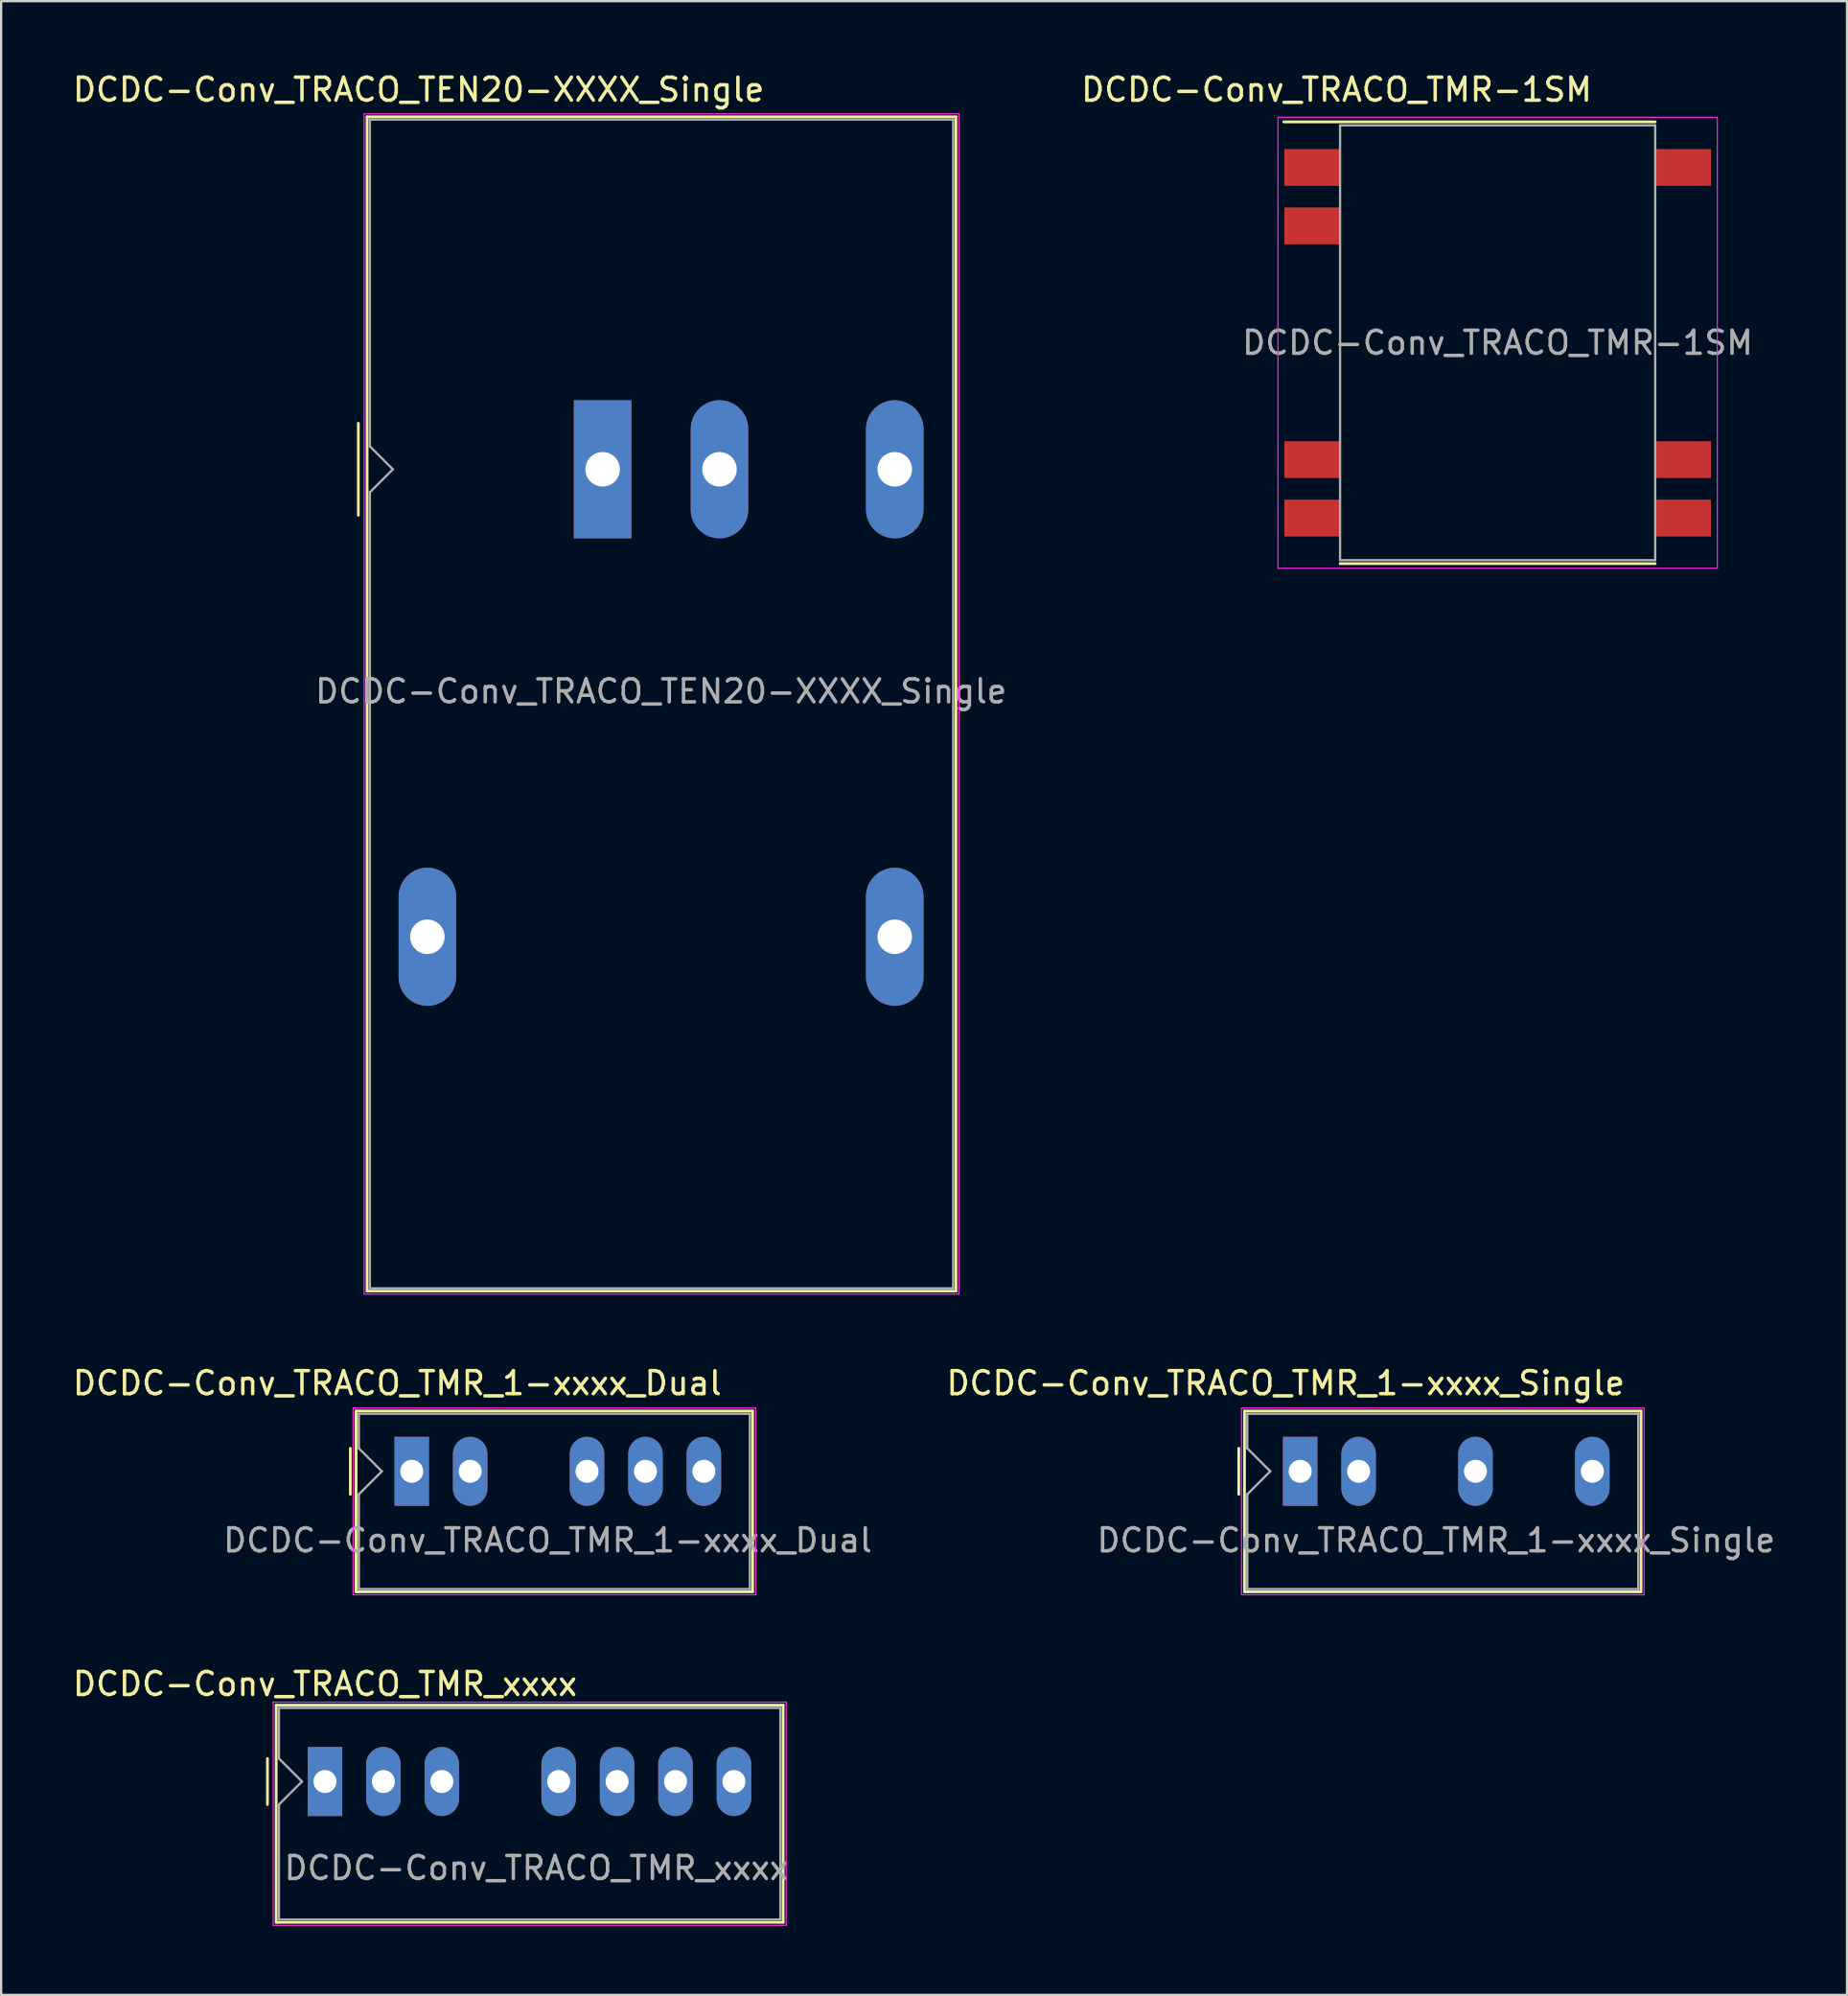
<source format=kicad_pcb>
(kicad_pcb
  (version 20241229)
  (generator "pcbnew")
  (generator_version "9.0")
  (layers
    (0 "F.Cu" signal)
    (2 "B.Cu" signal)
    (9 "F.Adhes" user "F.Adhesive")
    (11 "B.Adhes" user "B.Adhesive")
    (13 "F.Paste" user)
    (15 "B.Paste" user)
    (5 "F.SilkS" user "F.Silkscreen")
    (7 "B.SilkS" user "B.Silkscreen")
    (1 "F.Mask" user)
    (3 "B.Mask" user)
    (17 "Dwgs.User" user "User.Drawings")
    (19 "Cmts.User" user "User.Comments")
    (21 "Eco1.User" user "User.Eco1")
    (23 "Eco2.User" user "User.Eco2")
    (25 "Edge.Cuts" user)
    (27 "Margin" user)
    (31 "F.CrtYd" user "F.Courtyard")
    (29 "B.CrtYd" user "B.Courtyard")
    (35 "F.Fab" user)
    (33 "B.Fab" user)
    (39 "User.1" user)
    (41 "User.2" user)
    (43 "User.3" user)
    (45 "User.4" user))
  (footprint "DCDC-Conv_TRACO_TEN20-XXXX_Single"
    (layer "F.Cu")
    (at 23.149 17.348)
    (property "Reference" "DCDC-Conv_TRACO_TEN20-XXXX_Single" (at -8 -16.5 180) (layer "F.SilkS") (effects (font (size 1 1) (thickness 0.15))))
    (attr through_hole)
    (fp_line (start -10.62 -2) (end -10.62 2) (stroke (width 0.12) (type solid)) (layer "F.SilkS"))
    (fp_line (start -10.24 -15.32) (end 15.36 -15.32) (stroke (width 0.12) (type solid)) (layer "F.SilkS"))
    (fp_line (start -10.24 35.72) (end -10.24 -15.32) (stroke (width 0.12) (type solid)) (layer "F.SilkS"))
    (fp_line (start 15.36 -15.32) (end 15.36 35.72) (stroke (width 0.12) (type solid)) (layer "F.SilkS"))
    (fp_line (start 15.36 35.72) (end -10.24 35.72) (stroke (width 0.12) (type solid)) (layer "F.SilkS"))
    (fp_line (start -10.37 -15.45) (end 15.49 -15.45) (stroke (width 0.05) (type solid)) (layer "F.CrtYd"))
    (fp_line (start -10.37 35.85) (end -10.37 -15.45) (stroke (width 0.05) (type solid)) (layer "F.CrtYd"))
    (fp_line (start -10.37 35.85) (end 15.49 35.85) (stroke (width 0.05) (type solid)) (layer "F.CrtYd"))
    (fp_line (start 15.49 35.85) (end 15.49 -15.45) (stroke (width 0.05) (type solid)) (layer "F.CrtYd"))
    (fp_line (start -10.12 -1) (end -10.12 -15.2) (stroke (width 0.1) (type solid)) (layer "F.Fab"))
    (fp_line (start -10.12 1) (end -10.12 35.6) (stroke (width 0.1) (type solid)) (layer "F.Fab"))
    (fp_line (start -10.12 1) (end -9.12 0) (stroke (width 0.1) (type solid)) (layer "F.Fab"))
    (fp_line (start -10.12 35.6) (end 15.24 35.6) (stroke (width 0.1) (type solid)) (layer "F.Fab"))
    (fp_line (start -9.12 0) (end -10.12 -1) (stroke (width 0.1) (type solid)) (layer "F.Fab"))
    (fp_line (start 15.24 -15.2) (end -10.12 -15.2) (stroke (width 0.1) (type solid)) (layer "F.Fab"))
    (fp_line (start 15.24 35.6) (end 15.24 -15.2) (stroke (width 0.1) (type solid)) (layer "F.Fab"))
    (fp_text user "${REFERENCE}" (at 2.54 9.652 0) (layer "F.Fab") (effects (font (size 1 1) (thickness 0.15))))
    (pad "1" thru_hole rect (at 0 0 90) (size 6 2.5) (drill 1.5) (layers "*.Cu" "*.Mask"))
    (pad "2" thru_hole oval (at 5.08 0 90) (size 6 2.5) (drill 1.5) (layers "*.Cu" "*.Mask"))
    (pad "3" thru_hole oval (at -7.62 20.32 90) (size 6 2.5) (drill 1.5) (layers "*.Cu" "*.Mask"))
    (pad "5" thru_hole oval (at 12.7 20.32 90) (size 6 2.5) (drill 1.5) (layers "*.Cu" "*.Mask"))
    (pad "6" thru_hole oval (at 12.7 0 90) (size 6 2.5) (drill 1.5) (layers "*.Cu" "*.Mask")))
  (footprint "DCDC-Conv_TRACO_TMR_1-xxxx_Dual"
    (layer "F.Cu")
    (at 14.85 60.901)
    (property "Reference" "DCDC-Conv_TRACO_TMR_1-xxxx_Dual" (at -0.63 -3.83 0) (layer "F.SilkS") (effects (font (size 1 1) (thickness 0.15))))
    (attr through_hole)
    (fp_line (start -2.67 -1) (end -2.67 1) (stroke (width 0.12) (type solid)) (layer "F.SilkS"))
    (fp_line (start -2.42 -2.62) (end 14.82 -2.62) (stroke (width 0.12) (type solid)) (layer "F.SilkS"))
    (fp_line (start -2.42 5.24) (end -2.42 -2.62) (stroke (width 0.12) (type solid)) (layer "F.SilkS"))
    (fp_line (start 14.82 -2.62) (end 14.82 5.24) (stroke (width 0.12) (type solid)) (layer "F.SilkS"))
    (fp_line (start 14.82 5.24) (end -2.42 5.24) (stroke (width 0.12) (type solid)) (layer "F.SilkS"))
    (fp_line (start -2.55 -2.75) (end -2.55 5.37) (stroke (width 0.05) (type solid)) (layer "F.CrtYd"))
    (fp_line (start -2.55 -2.75) (end 14.95 -2.75) (stroke (width 0.05) (type solid)) (layer "F.CrtYd"))
    (fp_line (start -2.55 5.37) (end 14.95 5.37) (stroke (width 0.05) (type solid)) (layer "F.CrtYd"))
    (fp_line (start 14.95 -2.75) (end 14.95 5.37) (stroke (width 0.05) (type solid)) (layer "F.CrtYd"))
    (fp_line (start -2.3 -1) (end -2.3 -2.5) (stroke (width 0.1) (type solid)) (layer "F.Fab"))
    (fp_line (start -2.3 -1) (end -1.3 0) (stroke (width 0.1) (type solid)) (layer "F.Fab"))
    (fp_line (start -2.3 1) (end -2.3 5.12) (stroke (width 0.1) (type solid)) (layer "F.Fab"))
    (fp_line (start -1.3 0) (end -2.3 1) (stroke (width 0.1) (type solid)) (layer "F.Fab"))
    (fp_line (start 14.7 -2.5) (end -2.3 -2.5) (stroke (width 0.1) (type solid)) (layer "F.Fab"))
    (fp_line (start 14.7 -2.5) (end 14.7 5.12) (stroke (width 0.1) (type solid)) (layer "F.Fab"))
    (fp_line (start 14.7 5.12) (end -2.3 5.12) (stroke (width 0.1) (type solid)) (layer "F.Fab"))
    (fp_text user "${REFERENCE}" (at 5.91 3 0) (layer "F.Fab") (effects (font (size 1 1) (thickness 0.15))))
    (pad "1" thru_hole rect (at 0 0) (size 1.5 3) (drill 1) (layers "*.Cu" "*.Mask"))
    (pad "2" thru_hole oval (at 2.54 0) (size 1.5 3) (drill 1) (layers "*.Cu" "*.Mask"))
    (pad "4" thru_hole oval (at 7.62 0) (size 1.5 3) (drill 1) (layers "*.Cu" "*.Mask"))
    (pad "5" thru_hole oval (at 10.16 0) (size 1.5 3) (drill 1) (layers "*.Cu" "*.Mask"))
    (pad "6" thru_hole oval (at 12.7 0) (size 1.5 3) (drill 1) (layers "*.Cu" "*.Mask")))
  (footprint "DCDC-Conv_TRACO_TMR_xxxx"
    (layer "F.Cu")
    (at 11.077 74.385)
    (property "Reference" "DCDC-Conv_TRACO_TMR_xxxx" (at 0 -4.24 0) (layer "F.SilkS") (effects (font (size 1 1) (thickness 0.15))))
    (attr through_hole)
    (fp_line (start -2.5 -1) (end -2.5 1) (stroke (width 0.12) (type solid)) (layer "F.SilkS"))
    (fp_line (start -2.12 -3.32) (end 19.92 -3.32) (stroke (width 0.12) (type solid)) (layer "F.SilkS"))
    (fp_line (start -2.12 6.12) (end -2.12 -3.32) (stroke (width 0.12) (type solid)) (layer "F.SilkS"))
    (fp_line (start 19.92 -3.32) (end 19.92 6.12) (stroke (width 0.12) (type solid)) (layer "F.SilkS"))
    (fp_line (start 19.92 6.12) (end -2.12 6.12) (stroke (width 0.12) (type solid)) (layer "F.SilkS"))
    (fp_line (start -2.25 -3.45) (end -2.25 6.25) (stroke (width 0.05) (type solid)) (layer "F.CrtYd"))
    (fp_line (start -2.25 -3.45) (end 20.05 -3.45) (stroke (width 0.05) (type solid)) (layer "F.CrtYd"))
    (fp_line (start -2.25 6.25) (end 20.05 6.25) (stroke (width 0.05) (type solid)) (layer "F.CrtYd"))
    (fp_line (start 20.05 -3.45) (end 20.05 6.25) (stroke (width 0.05) (type solid)) (layer "F.CrtYd"))
    (fp_line (start -2 -3.2) (end -2 -1) (stroke (width 0.1) (type solid)) (layer "F.Fab"))
    (fp_line (start -2 -1) (end -1 0) (stroke (width 0.1) (type solid)) (layer "F.Fab"))
    (fp_line (start -2 1) (end -2 6) (stroke (width 0.1) (type solid)) (layer "F.Fab"))
    (fp_line (start -2 1) (end -1 0) (stroke (width 0.1) (type solid)) (layer "F.Fab"))
    (fp_line (start 19.8 -3.2) (end -2 -3.2) (stroke (width 0.1) (type solid)) (layer "F.Fab"))
    (fp_line (start 19.8 -3.2) (end 19.8 6) (stroke (width 0.1) (type solid)) (layer "F.Fab"))
    (fp_line (start 19.8 6) (end -2 6) (stroke (width 0.1) (type solid)) (layer "F.Fab"))
    (fp_text user "${REFERENCE}" (at 9.19 3.76 0) (layer "F.Fab") (effects (font (size 1 1) (thickness 0.15))))
    (pad "1" thru_hole rect (at 0 0) (size 1.5 3) (drill 1) (layers "*.Cu" "*.Mask"))
    (pad "2" thru_hole oval (at 2.54 0) (size 1.5 3) (drill 1) (layers "*.Cu" "*.Mask"))
    (pad "3" thru_hole oval (at 5.08 0) (size 1.5 3) (drill 1) (layers "*.Cu" "*.Mask"))
    (pad "5" thru_hole oval (at 10.16 0) (size 1.5 3) (drill 1) (layers "*.Cu" "*.Mask"))
    (pad "6" thru_hole oval (at 12.7 0) (size 1.5 3) (drill 1) (layers "*.Cu" "*.Mask"))
    (pad "7" thru_hole oval (at 15.24 0) (size 1.5 3) (drill 1) (layers "*.Cu" "*.Mask"))
    (pad "8" thru_hole oval (at 17.78 0) (size 1.5 3) (drill 1) (layers "*.Cu" "*.Mask")))
  (footprint "DCDC-Conv_TRACO_TMR_1-xxxx_Single"
    (layer "F.Cu")
    (at 53.474 60.901)
    (property "Reference" "DCDC-Conv_TRACO_TMR_1-xxxx_Single" (at -0.63 -3.83 0) (layer "F.SilkS") (effects (font (size 1 1) (thickness 0.15))))
    (attr through_hole)
    (fp_line (start -2.67 -1) (end -2.67 1) (stroke (width 0.12) (type solid)) (layer "F.SilkS"))
    (fp_line (start -2.42 -2.62) (end 14.82 -2.62) (stroke (width 0.12) (type solid)) (layer "F.SilkS"))
    (fp_line (start -2.42 5.24) (end -2.42 -2.62) (stroke (width 0.12) (type solid)) (layer "F.SilkS"))
    (fp_line (start 14.82 -2.62) (end 14.82 5.24) (stroke (width 0.12) (type solid)) (layer "F.SilkS"))
    (fp_line (start 14.82 5.24) (end -2.42 5.24) (stroke (width 0.12) (type solid)) (layer "F.SilkS"))
    (fp_line (start -2.55 -2.75) (end -2.55 5.37) (stroke (width 0.05) (type solid)) (layer "F.CrtYd"))
    (fp_line (start -2.55 -2.75) (end 14.95 -2.75) (stroke (width 0.05) (type solid)) (layer "F.CrtYd"))
    (fp_line (start -2.55 5.37) (end 14.95 5.37) (stroke (width 0.05) (type solid)) (layer "F.CrtYd"))
    (fp_line (start 14.95 -2.75) (end 14.95 5.37) (stroke (width 0.05) (type solid)) (layer "F.CrtYd"))
    (fp_line (start -2.3 -1) (end -2.3 -2.5) (stroke (width 0.1) (type solid)) (layer "F.Fab"))
    (fp_line (start -2.3 -1) (end -1.3 0) (stroke (width 0.1) (type solid)) (layer "F.Fab"))
    (fp_line (start -2.3 1) (end -2.3 5.12) (stroke (width 0.1) (type solid)) (layer "F.Fab"))
    (fp_line (start -1.3 0) (end -2.3 1) (stroke (width 0.1) (type solid)) (layer "F.Fab"))
    (fp_line (start 14.7 -2.5) (end -2.3 -2.5) (stroke (width 0.1) (type solid)) (layer "F.Fab"))
    (fp_line (start 14.7 -2.5) (end 14.7 5.12) (stroke (width 0.1) (type solid)) (layer "F.Fab"))
    (fp_line (start 14.7 5.12) (end -2.3 5.12) (stroke (width 0.1) (type solid)) (layer "F.Fab"))
    (fp_text user "${REFERENCE}" (at 5.91 3 0) (layer "F.Fab") (effects (font (size 1 1) (thickness 0.15))))
    (pad "1" thru_hole rect (at 0 0) (size 1.5 3) (drill 1) (layers "*.Cu" "*.Mask"))
    (pad "2" thru_hole oval (at 2.54 0) (size 1.5 3) (drill 1) (layers "*.Cu" "*.Mask"))
    (pad "4" thru_hole oval (at 7.62 0) (size 1.5 3) (drill 1) (layers "*.Cu" "*.Mask"))
    (pad "6" thru_hole oval (at 12.7 0) (size 1.5 3) (drill 1) (layers "*.Cu" "*.Mask")))
  (footprint "DCDC-Conv_TRACO_TMR-1SM"
    (layer "F.Cu")
    (at 62.058 11.848)
    (property "Reference" "DCDC-Conv_TRACO_TMR-1SM" (at -7 -11 0) (layer "F.SilkS") (effects (font (size 1 1) (thickness 0.15))))
    (attr smd)
    (fp_line (start -9.3 -9.6) (end 6.85 -9.6) (stroke (width 0.12) (type solid)) (layer "F.SilkS"))
    (fp_line (start -6.85 9.6) (end 6.85 9.6) (stroke (width 0.12) (type solid)) (layer "F.SilkS"))
    (fp_line (start -9.55 -9.8) (end -9.55 9.8) (stroke (width 0.05) (type solid)) (layer "F.CrtYd"))
    (fp_line (start -9.55 -9.8) (end 9.55 -9.8) (stroke (width 0.05) (type solid)) (layer "F.CrtYd"))
    (fp_line (start -9.55 9.8) (end 9.55 9.8) (stroke (width 0.05) (type solid)) (layer "F.CrtYd"))
    (fp_line (start 9.55 -9.8) (end 9.55 9.8) (stroke (width 0.05) (type solid)) (layer "F.CrtYd"))
    (fp_line (start -6.85 -9.45) (end -6.85 9.45) (stroke (width 0.1) (type solid)) (layer "F.Fab"))
    (fp_line (start 6.85 -9.45) (end -6.85 -9.45) (stroke (width 0.1) (type solid)) (layer "F.Fab"))
    (fp_line (start 6.85 -9.45) (end 6.85 9.45) (stroke (width 0.1) (type solid)) (layer "F.Fab"))
    (fp_line (start 6.85 9.45) (end -6.85 9.45) (stroke (width 0.1) (type solid)) (layer "F.Fab"))
    (fp_text user "${REFERENCE}" (at 0 0 180) (layer "F.Fab") (effects (font (size 1 1) (thickness 0.15))))
    (pad "1" smd rect (at -8.075 -7.62) (size 2.4 1.6) (layers "F.Cu" "F.Mask" "F.Paste"))
    (pad "2" smd rect (at -8.075 -5.08) (size 2.4 1.6) (layers "F.Cu" "F.Mask" "F.Paste"))
    (pad "6" smd rect (at -8.075 5.08) (size 2.4 1.6) (layers "F.Cu" "F.Mask" "F.Paste"))
    (pad "7" smd rect (at -8.075 7.62) (size 2.4 1.6) (layers "F.Cu" "F.Mask" "F.Paste"))
    (pad "8" smd rect (at 8.075 7.62) (size 2.4 1.6) (layers "F.Cu" "F.Mask" "F.Paste"))
    (pad "9" smd rect (at 8.075 5.08) (size 2.4 1.6) (layers "F.Cu" "F.Mask" "F.Paste"))
    (pad "14" smd rect (at 8.075 -7.62) (size 2.4 1.6) (layers "F.Cu" "F.Mask" "F.Paste")))
  (gr_rect
    (start -3 -3)
    (end 77.247 83.66)
    (stroke (width 0.1) (type default))
    (fill no)
    (layer "Edge.Cuts")))
</source>
